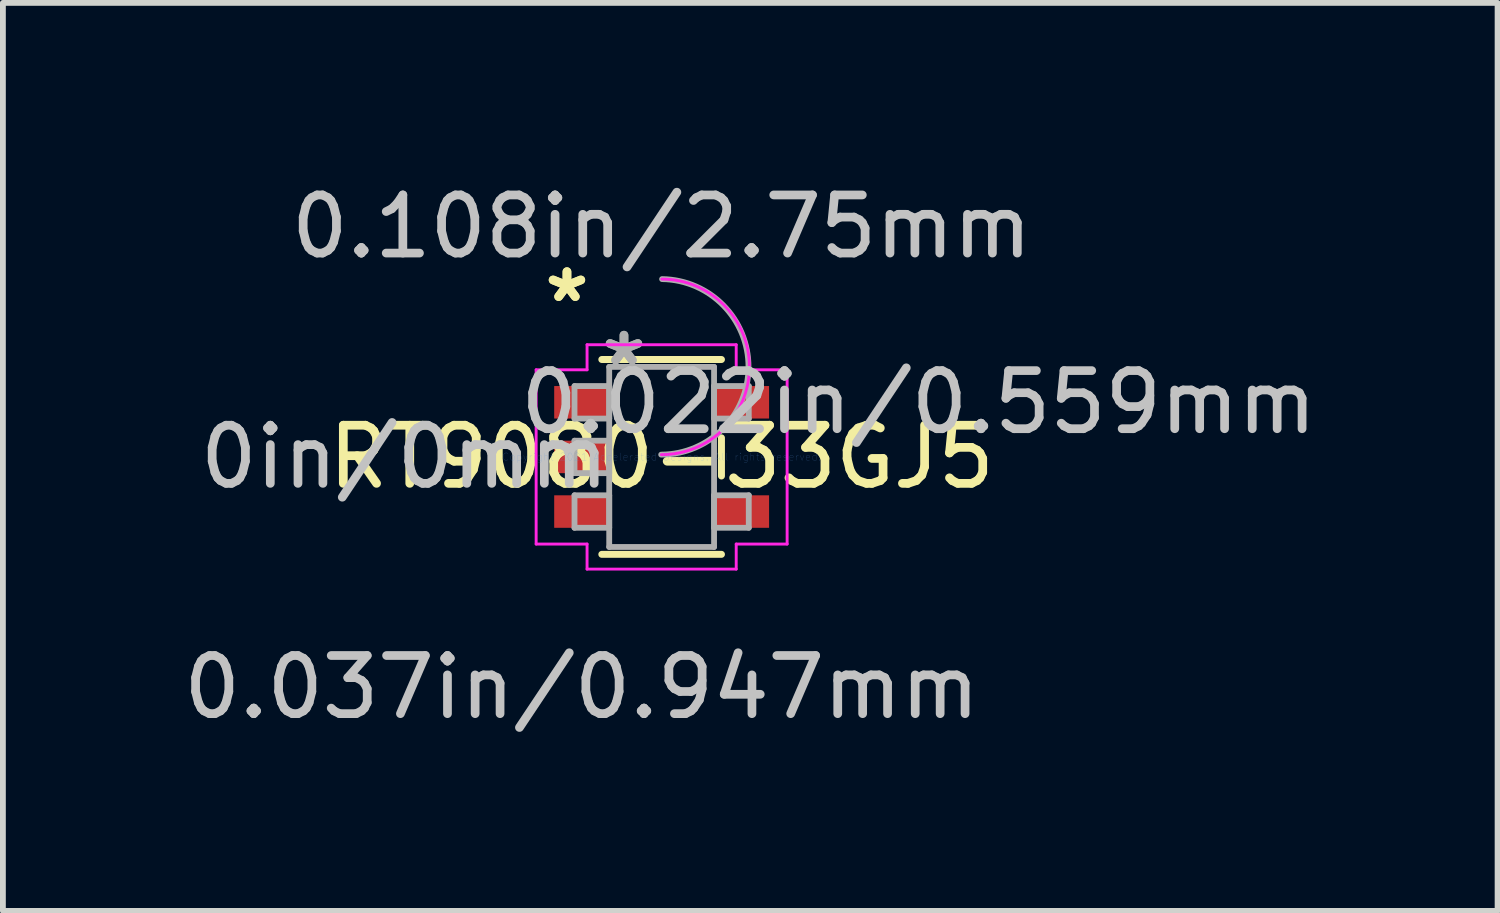
<source format=kicad_pcb>
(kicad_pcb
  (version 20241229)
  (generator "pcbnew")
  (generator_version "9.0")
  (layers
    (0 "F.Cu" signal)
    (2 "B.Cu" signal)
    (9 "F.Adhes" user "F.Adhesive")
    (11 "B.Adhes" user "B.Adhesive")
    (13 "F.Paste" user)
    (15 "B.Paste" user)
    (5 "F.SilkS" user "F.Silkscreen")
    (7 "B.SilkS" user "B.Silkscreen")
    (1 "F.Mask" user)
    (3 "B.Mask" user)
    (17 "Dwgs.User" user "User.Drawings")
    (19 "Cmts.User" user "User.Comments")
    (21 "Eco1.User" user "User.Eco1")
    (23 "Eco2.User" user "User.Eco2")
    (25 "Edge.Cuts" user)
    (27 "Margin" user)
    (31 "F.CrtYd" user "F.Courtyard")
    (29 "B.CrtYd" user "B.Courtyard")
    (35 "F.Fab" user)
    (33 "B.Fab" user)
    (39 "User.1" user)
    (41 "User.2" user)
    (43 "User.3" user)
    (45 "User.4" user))
  (footprint "RT9080-33GJ5"
    (layer "F.Cu")
    (at 8.333 4.811)
    (property "Reference" "RT9080-33GJ5" (at 0 0 0) (layer "F.SilkS") (effects (font (size 1 1) (thickness 0.15))))
    (attr through_hole)
    (fp_line (start -1.029 1.676) (end 1.029 1.676) (stroke (width 0.12) (type solid)) (layer "F.SilkS"))
    (fp_line (start 1.029 -1.676) (end -1.029 -1.676) (stroke (width 0.12) (type solid)) (layer "F.SilkS"))
    (fp_line (start 1.029 0.328) (end 1.029 -0.328) (stroke (width 0.12) (type solid)) (layer "F.SilkS"))
    (fp_line (start -2.159 -1.499) (end -1.283 -1.499) (stroke (width 0.05) (type solid)) (layer "F.CrtYd"))
    (fp_line (start -2.159 1.499) (end -2.159 -1.499) (stroke (width 0.05) (type solid)) (layer "F.CrtYd"))
    (fp_line (start -1.283 -1.93) (end 1.283 -1.93) (stroke (width 0.05) (type solid)) (layer "F.CrtYd"))
    (fp_line (start -1.283 -1.499) (end -1.283 -1.93) (stroke (width 0.05) (type solid)) (layer "F.CrtYd"))
    (fp_line (start -1.283 1.499) (end -2.159 1.499) (stroke (width 0.05) (type solid)) (layer "F.CrtYd"))
    (fp_line (start -1.283 1.93) (end -1.283 1.499) (stroke (width 0.05) (type solid)) (layer "F.CrtYd"))
    (fp_line (start 1.283 -1.93) (end 1.283 -1.499) (stroke (width 0.05) (type solid)) (layer "F.CrtYd"))
    (fp_line (start 1.283 -1.499) (end 2.159 -1.499) (stroke (width 0.05) (type solid)) (layer "F.CrtYd"))
    (fp_line (start 1.283 1.499) (end 1.283 1.93) (stroke (width 0.05) (type solid)) (layer "F.CrtYd"))
    (fp_line (start 1.283 1.93) (end -1.283 1.93) (stroke (width 0.05) (type solid)) (layer "F.CrtYd"))
    (fp_line (start 2.159 -1.499) (end 2.159 1.499) (stroke (width 0.05) (type solid)) (layer "F.CrtYd"))
    (fp_line (start 2.159 1.499) (end 1.283 1.499) (stroke (width 0.05) (type solid)) (layer "F.CrtYd"))
    (fp_arc (start 0.003817 -3.059445) (mid 1.510045 -1.545583) (end -0.003817 -0.039355) (stroke (width 0.05) (type solid)) (layer "F.CrtYd"))
    (fp_line (start -1.499 -1.219) (end -1.499 -0.66) (stroke (width 0.1) (type solid)) (layer "F.Fab"))
    (fp_line (start -1.499 -0.66) (end -0.902 -0.66) (stroke (width 0.1) (type solid)) (layer "F.Fab"))
    (fp_line (start -1.499 -0.279) (end -1.499 0.279) (stroke (width 0.1) (type solid)) (layer "F.Fab"))
    (fp_line (start -1.499 0.279) (end -0.902 0.279) (stroke (width 0.1) (type solid)) (layer "F.Fab"))
    (fp_line (start -1.499 0.66) (end -1.499 1.219) (stroke (width 0.1) (type solid)) (layer "F.Fab"))
    (fp_line (start -1.499 1.219) (end -0.902 1.219) (stroke (width 0.1) (type solid)) (layer "F.Fab"))
    (fp_line (start -0.902 -1.549) (end -0.902 1.549) (stroke (width 0.1) (type solid)) (layer "F.Fab"))
    (fp_line (start -0.902 -1.219) (end -1.499 -1.219) (stroke (width 0.1) (type solid)) (layer "F.Fab"))
    (fp_line (start -0.902 -0.66) (end -0.902 -1.219) (stroke (width 0.1) (type solid)) (layer "F.Fab"))
    (fp_line (start -0.902 -0.279) (end -1.499 -0.279) (stroke (width 0.1) (type solid)) (layer "F.Fab"))
    (fp_line (start -0.902 0.279) (end -0.902 -0.279) (stroke (width 0.1) (type solid)) (layer "F.Fab"))
    (fp_line (start -0.902 0.66) (end -1.499 0.66) (stroke (width 0.1) (type solid)) (layer "F.Fab"))
    (fp_line (start -0.902 1.219) (end -0.902 0.66) (stroke (width 0.1) (type solid)) (layer "F.Fab"))
    (fp_line (start -0.902 1.549) (end 0.902 1.549) (stroke (width 0.1) (type solid)) (layer "F.Fab"))
    (fp_line (start 0.902 -1.549) (end -0.902 -1.549) (stroke (width 0.1) (type solid)) (layer "F.Fab"))
    (fp_line (start 0.902 -1.219) (end 0.902 -0.66) (stroke (width 0.1) (type solid)) (layer "F.Fab"))
    (fp_line (start 0.902 -0.66) (end 1.499 -0.66) (stroke (width 0.1) (type solid)) (layer "F.Fab"))
    (fp_line (start 0.902 0.66) (end 0.902 1.219) (stroke (width 0.1) (type solid)) (layer "F.Fab"))
    (fp_line (start 0.902 1.219) (end 1.499 1.219) (stroke (width 0.1) (type solid)) (layer "F.Fab"))
    (fp_line (start 0.902 1.549) (end 0.902 -1.549) (stroke (width 0.1) (type solid)) (layer "F.Fab"))
    (fp_line (start 1.499 -1.219) (end 0.902 -1.219) (stroke (width 0.1) (type solid)) (layer "F.Fab"))
    (fp_line (start 1.499 -0.66) (end 1.499 -1.219) (stroke (width 0.1) (type solid)) (layer "F.Fab"))
    (fp_line (start 1.499 0.66) (end 0.902 0.66) (stroke (width 0.1) (type solid)) (layer "F.Fab"))
    (fp_line (start 1.499 1.219) (end 1.499 0.66) (stroke (width 0.1) (type solid)) (layer "F.Fab"))
    (fp_arc (start 0.007742 -3.059445) (mid 1.510045 -1.541658) (end -0.007742 -0.039355) (stroke (width 0.1) (type solid)) (layer "F.Fab"))
    (fp_text user "*" (at -1.629 -2.642 0) (layer "F.SilkS") (effects (font (size 1 1) (thickness 0.15))))
    (fp_text user "*" (at -1.629 -2.642 0) (layer "F.SilkS") (effects (font (size 1 1) (thickness 0.15))))
    (fp_text user "0.108in/2.75mm" (at 0 -3.962 0) (layer "Dwgs.User") (effects (font (size 1 1) (thickness 0.15))))
    (fp_text user "0.037in/0.947mm" (at -1.375 3.962 0) (layer "Dwgs.User") (effects (font (size 1 1) (thickness 0.15))))
    (fp_text user "0.022in/0.559mm" (at 4.423 -0.94 0) (layer "Dwgs.User") (effects (font (size 1 1) (thickness 0.15))))
    (fp_text user "0in/0mm" (at -4.423 0 0) (layer "Dwgs.User") (effects (font (size 1 1) (thickness 0.15))))
    (fp_text user "Copyright 2021 Accelerated Designs. All rights reserved." (at 0 0 0) (layer "Cmts.User") (effects (font (size 0.127 0.127) (thickness 0.002))))
    (fp_text user "*" (at -0.648 -1.549 0) (layer "F.Fab") (effects (font (size 1 1) (thickness 0.15))))
    (fp_text user "*" (at -0.648 -1.549 0) (layer "F.Fab") (effects (font (size 1 1) (thickness 0.15))))
    (pad "1" smd rect (at -1.375 -0.94) (size 0.947 0.559) (layers "F.Cu" "F.Mask" "F.Paste"))
    (pad "2" smd rect (at -1.375 0) (size 0.947 0.559) (layers "F.Cu" "F.Mask" "F.Paste"))
    (pad "3" smd rect (at -1.375 0.94) (size 0.947 0.559) (layers "F.Cu" "F.Mask" "F.Paste"))
    (pad "4" smd rect (at 1.375 0.94) (size 0.947 0.559) (layers "F.Cu" "F.Mask" "F.Paste"))
    (pad "5" smd rect (at 1.375 -0.94) (size 0.947 0.559) (layers "F.Cu" "F.Mask" "F.Paste")))
  (gr_rect
    (start -3 -3)
    (end 22.715 12.621)
    (stroke (width 0.1) (type default))
    (fill no)
    (layer "Edge.Cuts")))
</source>
